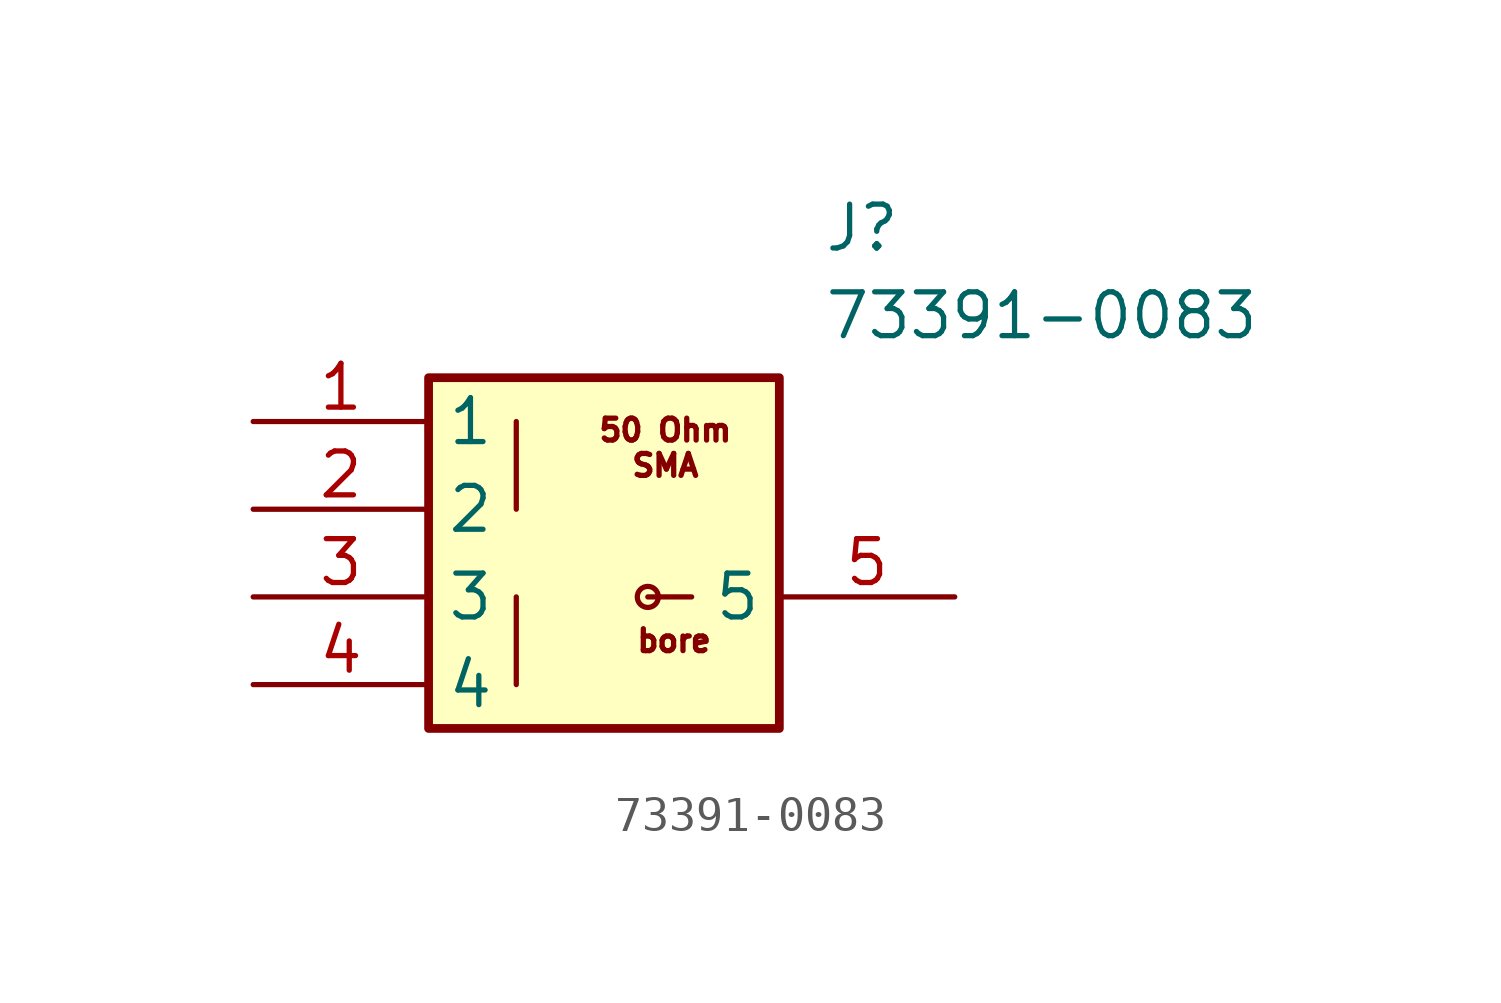
<source format=kicad_sym>
(kicad_symbol_lib
  (version 20231120)
  (generator "kicad_symbol_editor")
  (generator_version "8.0")
  (symbol "73391-0083"
    (property "Reference" "J"
      (at 16.51 7.62 0)
      (effects (font (size 1.27 1.27)) (justify left top)))
    (property "Value" "73391-0083"
      (at 16.51 5.08 0)
      (effects (font (size 1.27 1.27)) (justify left top)))
    (symbol "73391-0083_0_1"
      (polyline (pts (xy 7.62 -3.81) (xy 7.62 -6.35)) (stroke (width 0) (type default)) (fill (type none)))
      (polyline (pts (xy 7.62 1.27) (xy 7.62 -1.27)) (stroke (width 0) (type default)) (fill (type none)))
      (polyline (pts (xy 11.43 -3.81) (xy 12.7 -3.81)) (stroke (width 0) (type default)) (fill (type none)))
      (circle (center 11.43 -3.81) (radius 0.305) (stroke (width 0) (type default)) (fill (type none))))
    (symbol "73391-0083_1_1"
      (rectangle (start 5.08 2.54) (end 15.24 -7.62) (stroke (width 0.254) (type default)) (fill (type background)))
      (text "50 Ohm\nSMA" (at 11.938 0.508 0) (effects (font (size 0.635 0.635))))
      (text "bore" (at 12.192 -5.08 0) (effects (font (size 0.635 0.635))))
      (pin passive line (at 0 1.27 0) (length 5.08) (name "1" (effects (font (size 1.27 1.27)))) (number "1" (effects (font (size 1.27 1.27)))))
      (pin passive line (at 0 -1.27 0) (length 5.08) (name "2" (effects (font (size 1.27 1.27)))) (number "2" (effects (font (size 1.27 1.27)))))
      (pin passive line (at 0 -3.81 0) (length 5.08) (name "3" (effects (font (size 1.27 1.27)))) (number "3" (effects (font (size 1.27 1.27)))))
      (pin passive line (at 0 -6.35 0) (length 5.08) (name "4" (effects (font (size 1.27 1.27)))) (number "4" (effects (font (size 1.27 1.27)))))
      (pin passive line (at 20.32 -3.81 180) (length 5.08) (name "5" (effects (font (size 1.27 1.27)))) (number "5" (effects (font (size 1.27 1.27))))))))
</source>
